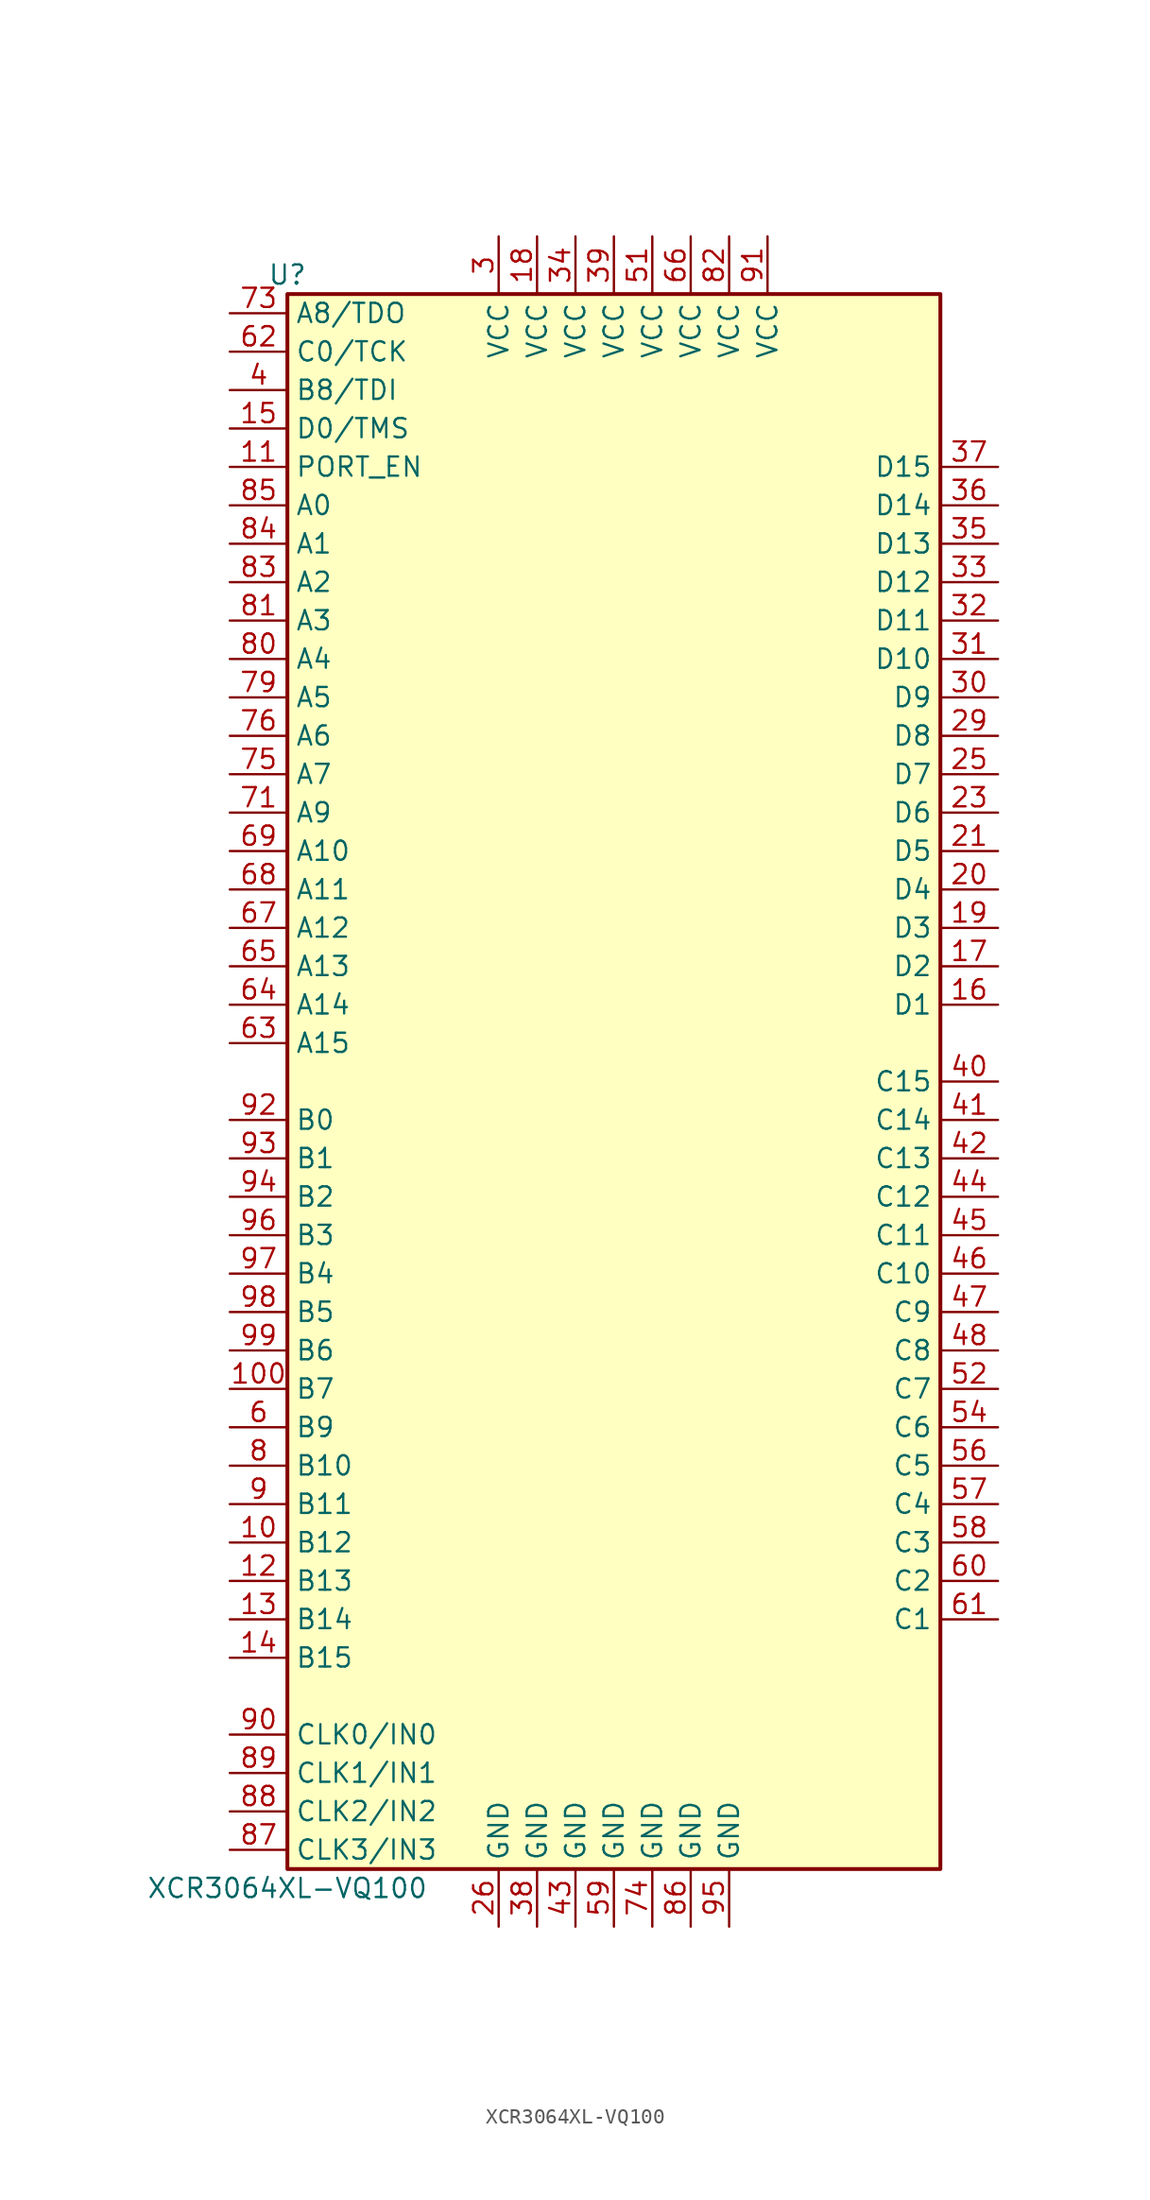
<source format=kicad_sym>
(kicad_symbol_lib
  (version 20201005)
  (generator kicad_symbol_editor)
  (symbol "CPLD_Xilinx:XCR3064XL-VQ100"
    (property "Reference" "U"
      (at -21.59 53.34 0)
      (effects (font (size 1.27 1.27))))
    (property "Value" "XCR3064XL-VQ100"
      (at -21.59 -53.34 0)
      (effects (font (size 1.27 1.27))))
    (symbol "XCR3064XL-VQ100_1_1"
      (rectangle (start -21.59 52.07) (end 21.59 -52.07) (stroke (width 0.254)) (fill (type background)))
      (pin power_in line (at -7.62 55.88 270) (length 3.81) (name "VCC" (effects (font (size 1.27 1.27)))) (number "3" (effects (font (size 1.27 1.27)))))
      (pin passive line (at -25.4 45.72 0) (length 3.81) (name "B8/TDI" (effects (font (size 1.27 1.27)))) (number "4" (effects (font (size 1.27 1.27)))))
      (pin passive line (at -25.4 -22.86 0) (length 3.81) (name "B9" (effects (font (size 1.27 1.27)))) (number "6" (effects (font (size 1.27 1.27)))))
      (pin passive line (at -25.4 -25.4 0) (length 3.81) (name "B10" (effects (font (size 1.27 1.27)))) (number "8" (effects (font (size 1.27 1.27)))))
      (pin passive line (at -25.4 -27.94 0) (length 3.81) (name "B11" (effects (font (size 1.27 1.27)))) (number "9" (effects (font (size 1.27 1.27)))))
      (pin passive line (at -25.4 -30.48 0) (length 3.81) (name "B12" (effects (font (size 1.27 1.27)))) (number "10" (effects (font (size 1.27 1.27)))))
      (pin passive line (at 25.4 12.7 180) (length 3.81) (name "D4" (effects (font (size 1.27 1.27)))) (number "20" (effects (font (size 1.27 1.27)))))
      (pin passive line (at 25.4 25.4 180) (length 3.81) (name "D9" (effects (font (size 1.27 1.27)))) (number "30" (effects (font (size 1.27 1.27)))))
      (pin passive line (at 25.4 0 180) (length 3.81) (name "C15" (effects (font (size 1.27 1.27)))) (number "40" (effects (font (size 1.27 1.27)))))
      (pin passive line (at 25.4 -33.02 180) (length 3.81) (name "C2" (effects (font (size 1.27 1.27)))) (number "60" (effects (font (size 1.27 1.27)))))
      (pin passive line (at -25.4 27.94 0) (length 3.81) (name "A4" (effects (font (size 1.27 1.27)))) (number "80" (effects (font (size 1.27 1.27)))))
      (pin input line (at -25.4 -43.18 0) (length 3.81) (name "CLK0/IN0" (effects (font (size 1.27 1.27)))) (number "90" (effects (font (size 1.27 1.27)))))
      (pin passive line (at -25.4 40.64 0) (length 3.81) (name "PORT_EN" (effects (font (size 1.27 1.27)))) (number "11" (effects (font (size 1.27 1.27)))))
      (pin passive line (at 25.4 15.24 180) (length 3.81) (name "D5" (effects (font (size 1.27 1.27)))) (number "21" (effects (font (size 1.27 1.27)))))
      (pin passive line (at 25.4 27.94 180) (length 3.81) (name "D10" (effects (font (size 1.27 1.27)))) (number "31" (effects (font (size 1.27 1.27)))))
      (pin passive line (at 25.4 -2.54 180) (length 3.81) (name "C14" (effects (font (size 1.27 1.27)))) (number "41" (effects (font (size 1.27 1.27)))))
      (pin power_in line (at 2.54 55.88 270) (length 3.81) (name "VCC" (effects (font (size 1.27 1.27)))) (number "51" (effects (font (size 1.27 1.27)))))
      (pin passive line (at 25.4 -35.56 180) (length 3.81) (name "C1" (effects (font (size 1.27 1.27)))) (number "61" (effects (font (size 1.27 1.27)))))
      (pin passive line (at -25.4 17.78 0) (length 3.81) (name "A9" (effects (font (size 1.27 1.27)))) (number "71" (effects (font (size 1.27 1.27)))))
      (pin passive line (at -25.4 30.48 0) (length 3.81) (name "A3" (effects (font (size 1.27 1.27)))) (number "81" (effects (font (size 1.27 1.27)))))
      (pin power_in line (at 10.16 55.88 270) (length 3.81) (name "VCC" (effects (font (size 1.27 1.27)))) (number "91" (effects (font (size 1.27 1.27)))))
      (pin passive line (at -25.4 -33.02 0) (length 3.81) (name "B13" (effects (font (size 1.27 1.27)))) (number "12" (effects (font (size 1.27 1.27)))))
      (pin passive line (at 25.4 30.48 180) (length 3.81) (name "D11" (effects (font (size 1.27 1.27)))) (number "32" (effects (font (size 1.27 1.27)))))
      (pin passive line (at 25.4 -5.08 180) (length 3.81) (name "C13" (effects (font (size 1.27 1.27)))) (number "42" (effects (font (size 1.27 1.27)))))
      (pin passive line (at 25.4 -20.32 180) (length 3.81) (name "C7" (effects (font (size 1.27 1.27)))) (number "52" (effects (font (size 1.27 1.27)))))
      (pin passive line (at -25.4 48.26 0) (length 3.81) (name "C0/TCK" (effects (font (size 1.27 1.27)))) (number "62" (effects (font (size 1.27 1.27)))))
      (pin power_in line (at 7.62 55.88 270) (length 3.81) (name "VCC" (effects (font (size 1.27 1.27)))) (number "82" (effects (font (size 1.27 1.27)))))
      (pin passive line (at -25.4 -2.54 0) (length 3.81) (name "B0" (effects (font (size 1.27 1.27)))) (number "92" (effects (font (size 1.27 1.27)))))
      (pin passive line (at -25.4 -35.56 0) (length 3.81) (name "B14" (effects (font (size 1.27 1.27)))) (number "13" (effects (font (size 1.27 1.27)))))
      (pin passive line (at 25.4 17.78 180) (length 3.81) (name "D6" (effects (font (size 1.27 1.27)))) (number "23" (effects (font (size 1.27 1.27)))))
      (pin passive line (at 25.4 33.02 180) (length 3.81) (name "D12" (effects (font (size 1.27 1.27)))) (number "33" (effects (font (size 1.27 1.27)))))
      (pin power_in line (at -2.54 -55.88 90) (length 3.81) (name "GND" (effects (font (size 1.27 1.27)))) (number "43" (effects (font (size 1.27 1.27)))))
      (pin passive line (at -25.4 2.54 0) (length 3.81) (name "A15" (effects (font (size 1.27 1.27)))) (number "63" (effects (font (size 1.27 1.27)))))
      (pin passive line (at -25.4 50.8 0) (length 3.81) (name "A8/TDO" (effects (font (size 1.27 1.27)))) (number "73" (effects (font (size 1.27 1.27)))))
      (pin passive line (at -25.4 33.02 0) (length 3.81) (name "A2" (effects (font (size 1.27 1.27)))) (number "83" (effects (font (size 1.27 1.27)))))
      (pin passive line (at -25.4 -5.08 0) (length 3.81) (name "B1" (effects (font (size 1.27 1.27)))) (number "93" (effects (font (size 1.27 1.27)))))
      (pin passive line (at -25.4 -38.1 0) (length 3.81) (name "B15" (effects (font (size 1.27 1.27)))) (number "14" (effects (font (size 1.27 1.27)))))
      (pin power_in line (at -2.54 55.88 270) (length 3.81) (name "VCC" (effects (font (size 1.27 1.27)))) (number "34" (effects (font (size 1.27 1.27)))))
      (pin passive line (at 25.4 -7.62 180) (length 3.81) (name "C12" (effects (font (size 1.27 1.27)))) (number "44" (effects (font (size 1.27 1.27)))))
      (pin passive line (at 25.4 -22.86 180) (length 3.81) (name "C6" (effects (font (size 1.27 1.27)))) (number "54" (effects (font (size 1.27 1.27)))))
      (pin passive line (at -25.4 5.08 0) (length 3.81) (name "A14" (effects (font (size 1.27 1.27)))) (number "64" (effects (font (size 1.27 1.27)))))
      (pin power_in line (at 2.54 -55.88 90) (length 3.81) (name "GND" (effects (font (size 1.27 1.27)))) (number "74" (effects (font (size 1.27 1.27)))))
      (pin passive line (at -25.4 35.56 0) (length 3.81) (name "A1" (effects (font (size 1.27 1.27)))) (number "84" (effects (font (size 1.27 1.27)))))
      (pin passive line (at -25.4 -7.62 0) (length 3.81) (name "B2" (effects (font (size 1.27 1.27)))) (number "94" (effects (font (size 1.27 1.27)))))
      (pin passive line (at -25.4 43.18 0) (length 3.81) (name "D0/TMS" (effects (font (size 1.27 1.27)))) (number "15" (effects (font (size 1.27 1.27)))))
      (pin passive line (at 25.4 20.32 180) (length 3.81) (name "D7" (effects (font (size 1.27 1.27)))) (number "25" (effects (font (size 1.27 1.27)))))
      (pin passive line (at 25.4 35.56 180) (length 3.81) (name "D13" (effects (font (size 1.27 1.27)))) (number "35" (effects (font (size 1.27 1.27)))))
      (pin passive line (at 25.4 -10.16 180) (length 3.81) (name "C11" (effects (font (size 1.27 1.27)))) (number "45" (effects (font (size 1.27 1.27)))))
      (pin passive line (at -25.4 7.62 0) (length 3.81) (name "A13" (effects (font (size 1.27 1.27)))) (number "65" (effects (font (size 1.27 1.27)))))
      (pin passive line (at -25.4 20.32 0) (length 3.81) (name "A7" (effects (font (size 1.27 1.27)))) (number "75" (effects (font (size 1.27 1.27)))))
      (pin passive line (at -25.4 38.1 0) (length 3.81) (name "A0" (effects (font (size 1.27 1.27)))) (number "85" (effects (font (size 1.27 1.27)))))
      (pin power_in line (at 7.62 -55.88 90) (length 3.81) (name "GND" (effects (font (size 1.27 1.27)))) (number "95" (effects (font (size 1.27 1.27)))))
      (pin passive line (at 25.4 5.08 180) (length 3.81) (name "D1" (effects (font (size 1.27 1.27)))) (number "16" (effects (font (size 1.27 1.27)))))
      (pin power_in line (at -7.62 -55.88 90) (length 3.81) (name "GND" (effects (font (size 1.27 1.27)))) (number "26" (effects (font (size 1.27 1.27)))))
      (pin passive line (at 25.4 38.1 180) (length 3.81) (name "D14" (effects (font (size 1.27 1.27)))) (number "36" (effects (font (size 1.27 1.27)))))
      (pin passive line (at 25.4 -12.7 180) (length 3.81) (name "C10" (effects (font (size 1.27 1.27)))) (number "46" (effects (font (size 1.27 1.27)))))
      (pin passive line (at 25.4 -25.4 180) (length 3.81) (name "C5" (effects (font (size 1.27 1.27)))) (number "56" (effects (font (size 1.27 1.27)))))
      (pin power_in line (at 5.08 55.88 270) (length 3.81) (name "VCC" (effects (font (size 1.27 1.27)))) (number "66" (effects (font (size 1.27 1.27)))))
      (pin passive line (at -25.4 22.86 0) (length 3.81) (name "A6" (effects (font (size 1.27 1.27)))) (number "76" (effects (font (size 1.27 1.27)))))
      (pin power_in line (at 5.08 -55.88 90) (length 3.81) (name "GND" (effects (font (size 1.27 1.27)))) (number "86" (effects (font (size 1.27 1.27)))))
      (pin passive line (at -25.4 -10.16 0) (length 3.81) (name "B3" (effects (font (size 1.27 1.27)))) (number "96" (effects (font (size 1.27 1.27)))))
      (pin passive line (at 25.4 7.62 180) (length 3.81) (name "D2" (effects (font (size 1.27 1.27)))) (number "17" (effects (font (size 1.27 1.27)))))
      (pin passive line (at 25.4 40.64 180) (length 3.81) (name "D15" (effects (font (size 1.27 1.27)))) (number "37" (effects (font (size 1.27 1.27)))))
      (pin passive line (at 25.4 -15.24 180) (length 3.81) (name "C9" (effects (font (size 1.27 1.27)))) (number "47" (effects (font (size 1.27 1.27)))))
      (pin passive line (at 25.4 -27.94 180) (length 3.81) (name "C4" (effects (font (size 1.27 1.27)))) (number "57" (effects (font (size 1.27 1.27)))))
      (pin passive line (at -25.4 10.16 0) (length 3.81) (name "A12" (effects (font (size 1.27 1.27)))) (number "67" (effects (font (size 1.27 1.27)))))
      (pin input line (at -25.4 -50.8 0) (length 3.81) (name "CLK3/IN3" (effects (font (size 1.27 1.27)))) (number "87" (effects (font (size 1.27 1.27)))))
      (pin passive line (at -25.4 -12.7 0) (length 3.81) (name "B4" (effects (font (size 1.27 1.27)))) (number "97" (effects (font (size 1.27 1.27)))))
      (pin power_in line (at -5.08 55.88 270) (length 3.81) (name "VCC" (effects (font (size 1.27 1.27)))) (number "18" (effects (font (size 1.27 1.27)))))
      (pin power_in line (at -5.08 -55.88 90) (length 3.81) (name "GND" (effects (font (size 1.27 1.27)))) (number "38" (effects (font (size 1.27 1.27)))))
      (pin passive line (at 25.4 -17.78 180) (length 3.81) (name "C8" (effects (font (size 1.27 1.27)))) (number "48" (effects (font (size 1.27 1.27)))))
      (pin passive line (at 25.4 -30.48 180) (length 3.81) (name "C3" (effects (font (size 1.27 1.27)))) (number "58" (effects (font (size 1.27 1.27)))))
      (pin passive line (at -25.4 12.7 0) (length 3.81) (name "A11" (effects (font (size 1.27 1.27)))) (number "68" (effects (font (size 1.27 1.27)))))
      (pin input line (at -25.4 -48.26 0) (length 3.81) (name "CLK2/IN2" (effects (font (size 1.27 1.27)))) (number "88" (effects (font (size 1.27 1.27)))))
      (pin passive line (at -25.4 -15.24 0) (length 3.81) (name "B5" (effects (font (size 1.27 1.27)))) (number "98" (effects (font (size 1.27 1.27)))))
      (pin passive line (at 25.4 10.16 180) (length 3.81) (name "D3" (effects (font (size 1.27 1.27)))) (number "19" (effects (font (size 1.27 1.27)))))
      (pin passive line (at 25.4 22.86 180) (length 3.81) (name "D8" (effects (font (size 1.27 1.27)))) (number "29" (effects (font (size 1.27 1.27)))))
      (pin power_in line (at 0 55.88 270) (length 3.81) (name "VCC" (effects (font (size 1.27 1.27)))) (number "39" (effects (font (size 1.27 1.27)))))
      (pin power_in line (at 0 -55.88 90) (length 3.81) (name "GND" (effects (font (size 1.27 1.27)))) (number "59" (effects (font (size 1.27 1.27)))))
      (pin passive line (at -25.4 15.24 0) (length 3.81) (name "A10" (effects (font (size 1.27 1.27)))) (number "69" (effects (font (size 1.27 1.27)))))
      (pin passive line (at -25.4 25.4 0) (length 3.81) (name "A5" (effects (font (size 1.27 1.27)))) (number "79" (effects (font (size 1.27 1.27)))))
      (pin input line (at -25.4 -45.72 0) (length 3.81) (name "CLK1/IN1" (effects (font (size 1.27 1.27)))) (number "89" (effects (font (size 1.27 1.27)))))
      (pin passive line (at -25.4 -17.78 0) (length 3.81) (name "B6" (effects (font (size 1.27 1.27)))) (number "99" (effects (font (size 1.27 1.27)))))
      (pin passive line (at -25.4 -20.32 0) (length 3.81) (name "B7" (effects (font (size 1.27 1.27)))) (number "100" (effects (font (size 1.27 1.27))))))))
</source>
